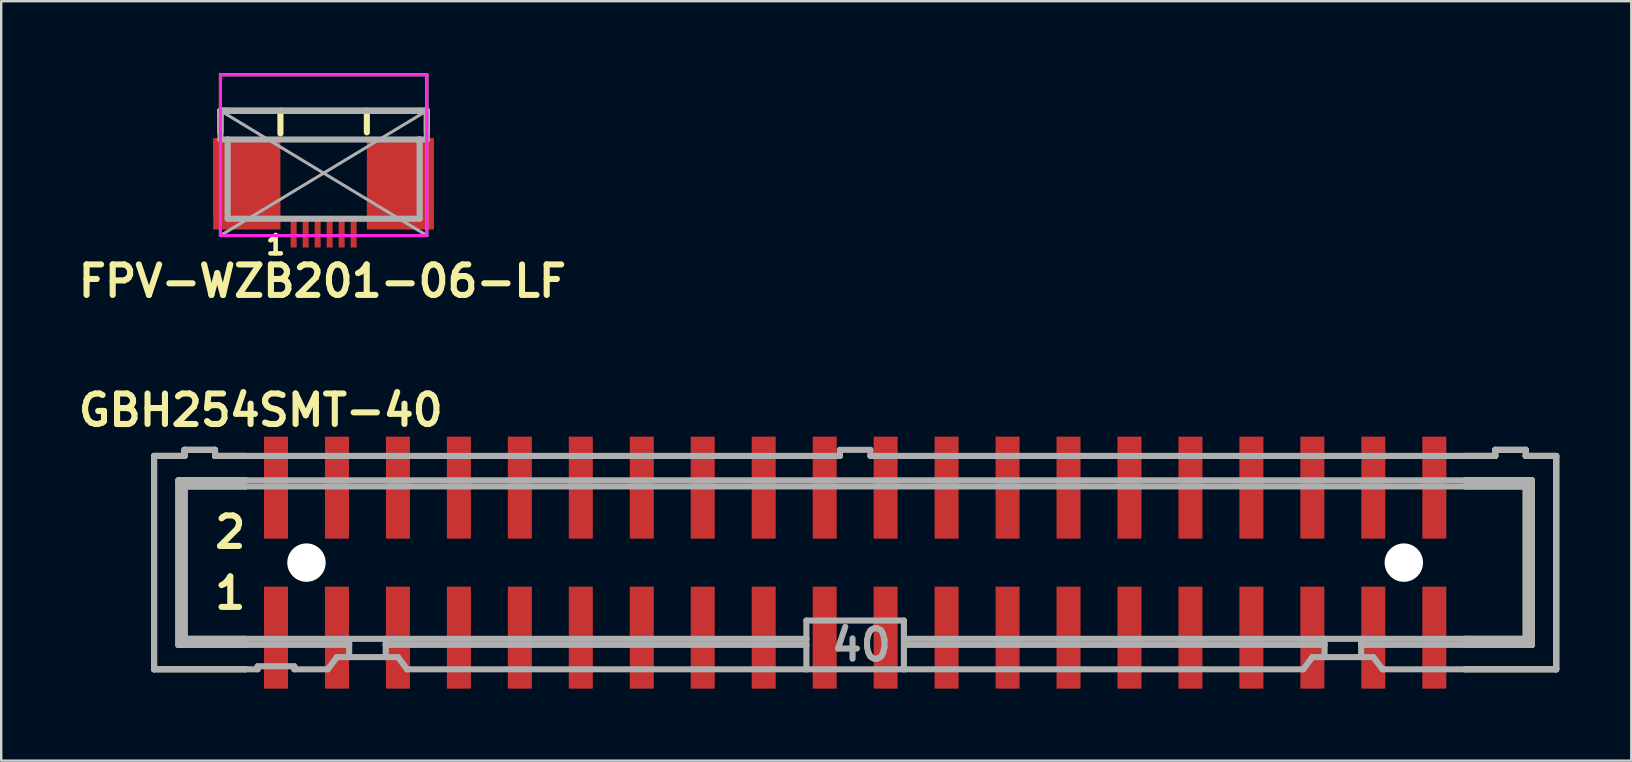
<source format=kicad_pcb>
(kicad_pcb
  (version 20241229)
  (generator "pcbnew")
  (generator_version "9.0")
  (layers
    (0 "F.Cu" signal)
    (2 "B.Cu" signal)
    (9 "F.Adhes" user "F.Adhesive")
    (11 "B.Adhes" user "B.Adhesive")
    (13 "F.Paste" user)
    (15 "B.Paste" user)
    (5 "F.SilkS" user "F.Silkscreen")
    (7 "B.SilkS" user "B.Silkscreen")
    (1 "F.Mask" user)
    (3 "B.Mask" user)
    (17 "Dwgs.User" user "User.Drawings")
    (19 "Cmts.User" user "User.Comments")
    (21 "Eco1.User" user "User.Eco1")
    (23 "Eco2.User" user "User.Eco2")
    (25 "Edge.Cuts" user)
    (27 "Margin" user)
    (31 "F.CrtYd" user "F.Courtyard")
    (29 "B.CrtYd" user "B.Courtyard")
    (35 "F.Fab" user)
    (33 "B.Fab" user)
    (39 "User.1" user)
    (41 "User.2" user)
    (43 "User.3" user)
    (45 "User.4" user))
  (footprint "GBH254SMT-40"
    (layer "F.Cu")
    (at 32.579 20.391)
    (property "Reference" "GBH254SMT-40" (at -24.765 -6.35 0) (layer "F.SilkS") (effects (font (size 1.27 1.27) (thickness 0.254))))
    (attr smd)
    (fp_line (start -29.21 -4.445) (end -29.21 4.445) (stroke (width 0.254) (type solid)) (layer "F.SilkS"))
    (fp_line (start -29.21 -4.445) (end -27.94 -4.445) (stroke (width 0.254) (type solid)) (layer "F.SilkS"))
    (fp_line (start -29.21 4.445) (end -25.4 4.445) (stroke (width 0.254) (type solid)) (layer "F.SilkS"))
    (fp_line (start -28.194 -3.429) (end -28.194 3.429) (stroke (width 0.254) (type solid)) (layer "F.SilkS"))
    (fp_line (start -28.194 3.429) (end -25.4 3.429) (stroke (width 0.254) (type solid)) (layer "F.SilkS"))
    (fp_line (start -28.1 -3.3) (end -27.7 -3.3) (stroke (width 0.254) (type solid)) (layer "F.SilkS"))
    (fp_line (start -28.1 3.3) (end -27.7 3.3) (stroke (width 0.254) (type solid)) (layer "F.SilkS"))
    (fp_line (start -27.94 -4.699) (end -27.94 -4.445) (stroke (width 0.254) (type solid)) (layer "F.SilkS"))
    (fp_line (start -27.94 -3.175) (end -27.94 3.175) (stroke (width 0.254) (type solid)) (layer "F.SilkS"))
    (fp_line (start -27.94 -3.175) (end -25.4 -3.175) (stroke (width 0.254) (type solid)) (layer "F.SilkS"))
    (fp_line (start -26.67 -4.699) (end -27.94 -4.699) (stroke (width 0.254) (type solid)) (layer "F.SilkS"))
    (fp_line (start -26.67 -4.699) (end -26.67 -4.445) (stroke (width 0.254) (type solid)) (layer "F.SilkS"))
    (fp_line (start -26.67 -4.445) (end -25.4 -4.445) (stroke (width 0.254) (type solid)) (layer "F.SilkS"))
    (fp_line (start -25.4 -3.429) (end -28.194 -3.429) (stroke (width 0.254) (type solid)) (layer "F.SilkS"))
    (fp_line (start -25.4 3.175) (end -27.94 3.175) (stroke (width 0.254) (type solid)) (layer "F.SilkS"))
    (fp_line (start 25.4 -4.445) (end 26.67 -4.445) (stroke (width 0.254) (type solid)) (layer "F.SilkS"))
    (fp_line (start 25.4 -3.175) (end 27.94 -3.175) (stroke (width 0.254) (type solid)) (layer "F.SilkS"))
    (fp_line (start 25.4 3.429) (end 28.194 3.429) (stroke (width 0.254) (type solid)) (layer "F.SilkS"))
    (fp_line (start 26.67 -4.445) (end 26.67 -4.699) (stroke (width 0.254) (type solid)) (layer "F.SilkS"))
    (fp_line (start 27.7 -3.3) (end 28.1 -3.3) (stroke (width 0.254) (type solid)) (layer "F.SilkS"))
    (fp_line (start 27.7 3.3) (end 28.1 3.3) (stroke (width 0.254) (type solid)) (layer "F.SilkS"))
    (fp_line (start 27.94 -4.699) (end 26.67 -4.699) (stroke (width 0.254) (type solid)) (layer "F.SilkS"))
    (fp_line (start 27.94 -4.445) (end 27.94 -4.699) (stroke (width 0.254) (type solid)) (layer "F.SilkS"))
    (fp_line (start 27.94 -4.445) (end 29.21 -4.445) (stroke (width 0.254) (type solid)) (layer "F.SilkS"))
    (fp_line (start 27.94 3.175) (end 25.4 3.175) (stroke (width 0.254) (type solid)) (layer "F.SilkS"))
    (fp_line (start 27.94 3.175) (end 27.94 -3.175) (stroke (width 0.254) (type solid)) (layer "F.SilkS"))
    (fp_line (start 28.194 -3.429) (end 25.4 -3.429) (stroke (width 0.254) (type solid)) (layer "F.SilkS"))
    (fp_line (start 28.194 3.429) (end 28.194 -3.429) (stroke (width 0.254) (type solid)) (layer "F.SilkS"))
    (fp_line (start 29.21 4.445) (end 25.4 4.445) (stroke (width 0.254) (type solid)) (layer "F.SilkS"))
    (fp_line (start 29.21 4.445) (end 29.21 -4.445) (stroke (width 0.254) (type solid)) (layer "F.SilkS"))
    (fp_line (start -29.21 -4.445) (end -29.21 4.445) (stroke (width 0.254) (type solid)) (layer "F.Fab"))
    (fp_line (start -29.21 -4.445) (end -27.94 -4.445) (stroke (width 0.254) (type solid)) (layer "F.Fab"))
    (fp_line (start -29.21 4.445) (end -25.4 4.445) (stroke (width 0.254) (type solid)) (layer "F.Fab"))
    (fp_line (start -28.194 -3.429) (end -28.194 3.429) (stroke (width 0.254) (type solid)) (layer "F.Fab"))
    (fp_line (start -28.194 3.429) (end -25.4 3.429) (stroke (width 0.254) (type solid)) (layer "F.Fab"))
    (fp_line (start -28.1 -3.3) (end -27.7 -3.3) (stroke (width 0.254) (type solid)) (layer "F.Fab"))
    (fp_line (start -28.1 3.3) (end -27.7 3.3) (stroke (width 0.254) (type solid)) (layer "F.Fab"))
    (fp_line (start -27.94 -4.699) (end -27.94 -4.445) (stroke (width 0.254) (type solid)) (layer "F.Fab"))
    (fp_line (start -27.94 -3.175) (end -27.94 3.175) (stroke (width 0.254) (type solid)) (layer "F.Fab"))
    (fp_line (start -27.94 -3.175) (end -25.4 -3.175) (stroke (width 0.254) (type solid)) (layer "F.Fab"))
    (fp_line (start -26.67 -4.699) (end -27.94 -4.699) (stroke (width 0.254) (type solid)) (layer "F.Fab"))
    (fp_line (start -26.67 -4.699) (end -26.67 -4.445) (stroke (width 0.254) (type solid)) (layer "F.Fab"))
    (fp_line (start -26.67 -4.445) (end -25.4 -4.445) (stroke (width 0.254) (type solid)) (layer "F.Fab"))
    (fp_line (start -25.4 -4.445) (end -0.635 -4.445) (stroke (width 0.254) (type solid)) (layer "F.Fab"))
    (fp_line (start -25.4 -3.429) (end -28.194 -3.429) (stroke (width 0.254) (type solid)) (layer "F.Fab"))
    (fp_line (start -25.4 -3.175) (end 25.4 -3.175) (stroke (width 0.254) (type solid)) (layer "F.Fab"))
    (fp_line (start -25.4 3.175) (end -27.94 3.175) (stroke (width 0.254) (type solid)) (layer "F.Fab"))
    (fp_line (start -25.4 3.429) (end -21.082 3.429) (stroke (width 0.254) (type solid)) (layer "F.Fab"))
    (fp_line (start -25.4 4.445) (end -24.892 4.445) (stroke (width 0.254) (type solid)) (layer "F.Fab"))
    (fp_line (start -24.892 4.318) (end -24.892 4.445) (stroke (width 0.254) (type solid)) (layer "F.Fab"))
    (fp_line (start -24.892 4.318) (end -23.368 4.318) (stroke (width 0.254) (type solid)) (layer "F.Fab"))
    (fp_line (start -23.368 4.445) (end -23.368 4.318) (stroke (width 0.254) (type solid)) (layer "F.Fab"))
    (fp_line (start -23.368 4.445) (end -21.971 4.445) (stroke (width 0.254) (type solid)) (layer "F.Fab"))
    (fp_line (start -21.971 4.445) (end -21.59 3.937) (stroke (width 0.254) (type solid)) (layer "F.Fab"))
    (fp_line (start -21.082 3.175) (end -21.082 3.429) (stroke (width 0.254) (type solid)) (layer "F.Fab"))
    (fp_line (start -21.082 3.429) (end -21.082 3.937) (stroke (width 0.254) (type solid)) (layer "F.Fab"))
    (fp_line (start -21.082 3.937) (end -21.59 3.937) (stroke (width 0.254) (type solid)) (layer "F.Fab"))
    (fp_line (start -19.558 3.175) (end -25.4 3.175) (stroke (width 0.254) (type solid)) (layer "F.Fab"))
    (fp_line (start -19.558 3.175) (end -19.558 3.429) (stroke (width 0.254) (type solid)) (layer "F.Fab"))
    (fp_line (start -19.558 3.429) (end -19.558 3.937) (stroke (width 0.254) (type solid)) (layer "F.Fab"))
    (fp_line (start -19.558 3.429) (end -2.032 3.429) (stroke (width 0.254) (type solid)) (layer "F.Fab"))
    (fp_line (start -19.558 3.937) (end -21.082 3.937) (stroke (width 0.254) (type solid)) (layer "F.Fab"))
    (fp_line (start -19.05 3.937) (end -19.558 3.937) (stroke (width 0.254) (type solid)) (layer "F.Fab"))
    (fp_line (start -19.05 3.937) (end -18.669 4.445) (stroke (width 0.254) (type solid)) (layer "F.Fab"))
    (fp_line (start -18.669 4.445) (end -2.032 4.445) (stroke (width 0.254) (type solid)) (layer "F.Fab"))
    (fp_line (start -2.032 3.175) (end -19.558 3.175) (stroke (width 0.254) (type solid)) (layer "F.Fab"))
    (fp_line (start -2.032 3.175) (end -2.032 2.413) (stroke (width 0.254) (type solid)) (layer "F.Fab"))
    (fp_line (start -2.032 3.175) (end -2.032 3.429) (stroke (width 0.254) (type solid)) (layer "F.Fab"))
    (fp_line (start -2.032 3.429) (end -2.032 4.445) (stroke (width 0.254) (type solid)) (layer "F.Fab"))
    (fp_line (start -0.635 -4.699) (end -0.635 -4.445) (stroke (width 0.254) (type solid)) (layer "F.Fab"))
    (fp_line (start 0.635 -4.699) (end -0.635 -4.699) (stroke (width 0.254) (type solid)) (layer "F.Fab"))
    (fp_line (start 0.635 -4.699) (end 0.635 -4.445) (stroke (width 0.254) (type solid)) (layer "F.Fab"))
    (fp_line (start 0.635 -4.445) (end 25.4 -4.445) (stroke (width 0.254) (type solid)) (layer "F.Fab"))
    (fp_line (start 2.032 2.413) (end -2.032 2.413) (stroke (width 0.254) (type solid)) (layer "F.Fab"))
    (fp_line (start 2.032 2.413) (end 2.032 3.175) (stroke (width 0.254) (type solid)) (layer "F.Fab"))
    (fp_line (start 2.032 3.175) (end 2.032 3.429) (stroke (width 0.254) (type solid)) (layer "F.Fab"))
    (fp_line (start 2.032 3.429) (end 2.032 4.445) (stroke (width 0.254) (type solid)) (layer "F.Fab"))
    (fp_line (start 2.032 4.445) (end -2.032 4.445) (stroke (width 0.254) (type solid)) (layer "F.Fab"))
    (fp_line (start 18.669 4.445) (end 2.032 4.445) (stroke (width 0.254) (type solid)) (layer "F.Fab"))
    (fp_line (start 18.669 4.445) (end 19.05 3.937) (stroke (width 0.254) (type solid)) (layer "F.Fab"))
    (fp_line (start 19.558 3.175) (end 2.032 3.175) (stroke (width 0.254) (type solid)) (layer "F.Fab"))
    (fp_line (start 19.558 3.175) (end 19.558 3.429) (stroke (width 0.254) (type solid)) (layer "F.Fab"))
    (fp_line (start 19.558 3.429) (end 2.032 3.429) (stroke (width 0.254) (type solid)) (layer "F.Fab"))
    (fp_line (start 19.558 3.429) (end 19.558 3.937) (stroke (width 0.254) (type solid)) (layer "F.Fab"))
    (fp_line (start 19.558 3.937) (end 19.05 3.937) (stroke (width 0.254) (type solid)) (layer "F.Fab"))
    (fp_line (start 21.082 3.175) (end 21.082 3.429) (stroke (width 0.254) (type solid)) (layer "F.Fab"))
    (fp_line (start 21.082 3.429) (end 21.082 3.937) (stroke (width 0.254) (type solid)) (layer "F.Fab"))
    (fp_line (start 21.082 3.429) (end 25.4 3.429) (stroke (width 0.254) (type solid)) (layer "F.Fab"))
    (fp_line (start 21.082 3.937) (end 19.558 3.937) (stroke (width 0.254) (type solid)) (layer "F.Fab"))
    (fp_line (start 21.59 3.937) (end 21.082 3.937) (stroke (width 0.254) (type solid)) (layer "F.Fab"))
    (fp_line (start 21.59 3.937) (end 21.971 4.445) (stroke (width 0.254) (type solid)) (layer "F.Fab"))
    (fp_line (start 25.4 -4.445) (end 26.67 -4.445) (stroke (width 0.254) (type solid)) (layer "F.Fab"))
    (fp_line (start 25.4 -3.429) (end -25.4 -3.429) (stroke (width 0.254) (type solid)) (layer "F.Fab"))
    (fp_line (start 25.4 -3.175) (end 27.94 -3.175) (stroke (width 0.254) (type solid)) (layer "F.Fab"))
    (fp_line (start 25.4 3.175) (end 19.558 3.175) (stroke (width 0.254) (type solid)) (layer "F.Fab"))
    (fp_line (start 25.4 3.429) (end 28.194 3.429) (stroke (width 0.254) (type solid)) (layer "F.Fab"))
    (fp_line (start 25.4 4.445) (end 21.971 4.445) (stroke (width 0.254) (type solid)) (layer "F.Fab"))
    (fp_line (start 26.67 -4.445) (end 26.67 -4.699) (stroke (width 0.254) (type solid)) (layer "F.Fab"))
    (fp_line (start 27.7 -3.3) (end 28.1 -3.3) (stroke (width 0.254) (type solid)) (layer "F.Fab"))
    (fp_line (start 27.7 3.3) (end 28.1 3.3) (stroke (width 0.254) (type solid)) (layer "F.Fab"))
    (fp_line (start 27.94 -4.699) (end 26.67 -4.699) (stroke (width 0.254) (type solid)) (layer "F.Fab"))
    (fp_line (start 27.94 -4.445) (end 27.94 -4.699) (stroke (width 0.254) (type solid)) (layer "F.Fab"))
    (fp_line (start 27.94 -4.445) (end 29.21 -4.445) (stroke (width 0.254) (type solid)) (layer "F.Fab"))
    (fp_line (start 27.94 3.175) (end 25.4 3.175) (stroke (width 0.254) (type solid)) (layer "F.Fab"))
    (fp_line (start 27.94 3.175) (end 27.94 -3.175) (stroke (width 0.254) (type solid)) (layer "F.Fab"))
    (fp_line (start 28.194 -3.429) (end 25.4 -3.429) (stroke (width 0.254) (type solid)) (layer "F.Fab"))
    (fp_line (start 28.194 3.429) (end 28.194 -3.429) (stroke (width 0.254) (type solid)) (layer "F.Fab"))
    (fp_line (start 29.21 4.445) (end 25.4 4.445) (stroke (width 0.254) (type solid)) (layer "F.Fab"))
    (fp_line (start 29.21 4.445) (end 29.21 -4.445) (stroke (width 0.254) (type solid)) (layer "F.Fab"))
    (fp_text user "2" (at -26.035 -1.27 0) (layer "F.SilkS") (effects (font (size 1.27 1.27) (thickness 0.254))))
    (fp_text user "1" (at -26.035 1.27 0) (layer "F.SilkS") (effects (font (size 1.27 1.27) (thickness 0.254))))
    (fp_text user "40" (at 0.254 3.429 0) (layer "F.Fab") (effects (font (size 1.27 1.27) (thickness 0.254))))
    (pad "" np_thru_hole circle (at -22.86 0 90) (size 1.6 1.6) (drill 1.6) (layers "*.Cu" "*.Mask"))
    (pad "" np_thru_hole circle (at 22.86 0 90) (size 1.6 1.6) (drill 1.6) (layers "*.Cu" "*.Mask"))
    (pad "1" smd rect (at -24.13 3.125 90) (size 4.25 1) (layers "F.Cu" "F.Mask" "F.Paste"))
    (pad "2" smd rect (at -24.13 -3.125 90) (size 4.25 1) (layers "F.Cu" "F.Mask" "F.Paste"))
    (pad "3" smd rect (at -21.59 3.125 90) (size 4.25 1) (layers "F.Cu" "F.Mask" "F.Paste"))
    (pad "4" smd rect (at -21.59 -3.125 90) (size 4.25 1) (layers "F.Cu" "F.Mask" "F.Paste"))
    (pad "5" smd rect (at -19.05 3.125 90) (size 4.25 1) (layers "F.Cu" "F.Mask" "F.Paste"))
    (pad "6" smd rect (at -19.05 -3.125 90) (size 4.25 1) (layers "F.Cu" "F.Mask" "F.Paste"))
    (pad "7" smd rect (at -16.51 3.125 90) (size 4.25 1) (layers "F.Cu" "F.Mask" "F.Paste"))
    (pad "8" smd rect (at -16.51 -3.125 90) (size 4.25 1) (layers "F.Cu" "F.Mask" "F.Paste"))
    (pad "9" smd rect (at -13.97 3.125 90) (size 4.25 1) (layers "F.Cu" "F.Mask" "F.Paste"))
    (pad "10" smd rect (at -13.97 -3.125 90) (size 4.25 1) (layers "F.Cu" "F.Mask" "F.Paste"))
    (pad "11" smd rect (at -11.43 3.125 90) (size 4.25 1) (layers "F.Cu" "F.Mask" "F.Paste"))
    (pad "12" smd rect (at -11.43 -3.125 90) (size 4.25 1) (layers "F.Cu" "F.Mask" "F.Paste"))
    (pad "13" smd rect (at -8.89 3.125 90) (size 4.25 1) (layers "F.Cu" "F.Mask" "F.Paste"))
    (pad "14" smd rect (at -8.89 -3.125 90) (size 4.25 1) (layers "F.Cu" "F.Mask" "F.Paste"))
    (pad "15" smd rect (at -6.35 3.125 90) (size 4.25 1) (layers "F.Cu" "F.Mask" "F.Paste"))
    (pad "16" smd rect (at -6.35 -3.125 90) (size 4.25 1) (layers "F.Cu" "F.Mask" "F.Paste"))
    (pad "17" smd rect (at -3.81 3.125 90) (size 4.25 1) (layers "F.Cu" "F.Mask" "F.Paste"))
    (pad "18" smd rect (at -3.81 -3.125 90) (size 4.25 1) (layers "F.Cu" "F.Mask" "F.Paste"))
    (pad "19" smd rect (at -1.27 3.125 90) (size 4.25 1) (layers "F.Cu" "F.Mask" "F.Paste"))
    (pad "20" smd rect (at -1.27 -3.125 90) (size 4.25 1) (layers "F.Cu" "F.Mask" "F.Paste"))
    (pad "21" smd rect (at 1.27 3.125 270) (size 4.25 1) (layers "F.Cu" "F.Mask" "F.Paste"))
    (pad "22" smd rect (at 1.27 -3.125 90) (size 4.25 1) (layers "F.Cu" "F.Mask" "F.Paste"))
    (pad "23" smd rect (at 3.81 3.125 270) (size 4.25 1) (layers "F.Cu" "F.Mask" "F.Paste"))
    (pad "24" smd rect (at 3.81 -3.125 90) (size 4.25 1) (layers "F.Cu" "F.Mask" "F.Paste"))
    (pad "25" smd rect (at 6.35 3.125 270) (size 4.25 1) (layers "F.Cu" "F.Mask" "F.Paste"))
    (pad "26" smd rect (at 6.35 -3.125 90) (size 4.25 1) (layers "F.Cu" "F.Mask" "F.Paste"))
    (pad "27" smd rect (at 8.89 3.125 270) (size 4.25 1) (layers "F.Cu" "F.Mask" "F.Paste"))
    (pad "28" smd rect (at 8.89 -3.125 90) (size 4.25 1) (layers "F.Cu" "F.Mask" "F.Paste"))
    (pad "29" smd rect (at 11.43 3.125 270) (size 4.25 1) (layers "F.Cu" "F.Mask" "F.Paste"))
    (pad "30" smd rect (at 11.43 -3.125 90) (size 4.25 1) (layers "F.Cu" "F.Mask" "F.Paste"))
    (pad "31" smd rect (at 13.97 3.125 270) (size 4.25 1) (layers "F.Cu" "F.Mask" "F.Paste"))
    (pad "32" smd rect (at 13.97 -3.125 90) (size 4.25 1) (layers "F.Cu" "F.Mask" "F.Paste"))
    (pad "33" smd rect (at 16.51 3.125 270) (size 4.25 1) (layers "F.Cu" "F.Mask" "F.Paste"))
    (pad "34" smd rect (at 16.51 -3.125 90) (size 4.25 1) (layers "F.Cu" "F.Mask" "F.Paste"))
    (pad "35" smd rect (at 19.05 3.125 270) (size 4.25 1) (layers "F.Cu" "F.Mask" "F.Paste"))
    (pad "36" smd rect (at 19.05 -3.125 90) (size 4.25 1) (layers "F.Cu" "F.Mask" "F.Paste"))
    (pad "37" smd rect (at 21.59 3.125 270) (size 4.25 1) (layers "F.Cu" "F.Mask" "F.Paste"))
    (pad "38" smd rect (at 21.59 -3.125 90) (size 4.25 1) (layers "F.Cu" "F.Mask" "F.Paste"))
    (pad "39" smd rect (at 24.13 3.125 270) (size 4.25 1) (layers "F.Cu" "F.Mask" "F.Paste"))
    (pad "40" smd rect (at 24.13 -3.125 90) (size 4.25 1) (layers "F.Cu" "F.Mask" "F.Paste")))
  (footprint "FPV-WZB201-06-LF"
    (layer "F.Cu")
    (at 10.434 4.163)
    (property "Reference" "FPV-WZB201-06-LF" (at -0.05 4.5 0) (layer "F.SilkS") (effects (font (size 1.27 1.27) (thickness 0.254))))
    (attr through_hole)
    (fp_line (start -4.3 -4.1) (end -4.3 -2.6) (stroke (width 0.127) (type solid)) (layer "F.SilkS"))
    (fp_line (start -4.3 -2.6) (end -4.3 -1.7) (stroke (width 0.254) (type solid)) (layer "F.SilkS"))
    (fp_line (start -1.8 -2.6) (end -1.8 -1.65) (stroke (width 0.254) (type solid)) (layer "F.SilkS"))
    (fp_line (start 1.8 -2.6) (end 1.8 -1.7) (stroke (width 0.254) (type solid)) (layer "F.SilkS"))
    (fp_line (start 4.3 -4.1) (end -4.3 -4.1) (stroke (width 0.127) (type solid)) (layer "F.SilkS"))
    (fp_line (start 4.3 -2.6) (end -4.3 -2.6) (stroke (width 0.254) (type solid)) (layer "F.SilkS"))
    (fp_line (start 4.3 -2.6) (end 4.3 -4.1) (stroke (width 0.127) (type solid)) (layer "F.SilkS"))
    (fp_line (start 4.3 -2.6) (end 4.3 -1.7) (stroke (width 0.254) (type solid)) (layer "F.SilkS"))
    (fp_line (start -4.3 -4.1) (end -4.3 2.6) (stroke (width 0.127) (type solid)) (layer "F.CrtYd"))
    (fp_line (start -4.3 -4.1) (end 4.3 -4.1) (stroke (width 0.127) (type solid)) (layer "F.CrtYd"))
    (fp_line (start -4.3 2.6) (end 4.3 2.6) (stroke (width 0.127) (type solid)) (layer "F.CrtYd"))
    (fp_line (start 4.3 -4.1) (end 4.3 2.6) (stroke (width 0.127) (type solid)) (layer "F.CrtYd"))
    (fp_line (start -4.3 -2.6) (end -4.3 -1.4) (stroke (width 0.254) (type solid)) (layer "F.Fab"))
    (fp_line (start -4.3 -1.4) (end -4.3 2.6) (stroke (width 0.127) (type solid)) (layer "F.Fab"))
    (fp_line (start -4.3 -1.4) (end -4 -1.4) (stroke (width 0.254) (type solid)) (layer "F.Fab"))
    (fp_line (start -4.3 2.6) (end 4.3 -2.6) (stroke (width 0.127) (type solid)) (layer "F.Fab"))
    (fp_line (start -4.3 2.6) (end 4.3 2.6) (stroke (width 0.127) (type solid)) (layer "F.Fab"))
    (fp_line (start -4 -2.6) (end -4.3 -2.6) (stroke (width 0.254) (type solid)) (layer "F.Fab"))
    (fp_line (start -4 -1.4) (end -4 1.9) (stroke (width 0.254) (type solid)) (layer "F.Fab"))
    (fp_line (start -4 1.9) (end 4 1.9) (stroke (width 0.254) (type solid)) (layer "F.Fab"))
    (fp_line (start 4 -2.6) (end -4.3 -2.6) (stroke (width 0.254) (type solid)) (layer "F.Fab"))
    (fp_line (start 4 -2.6) (end 4.3 -2.6) (stroke (width 0.254) (type solid)) (layer "F.Fab"))
    (fp_line (start 4 -1.4) (end -4 -1.4) (stroke (width 0.254) (type solid)) (layer "F.Fab"))
    (fp_line (start 4 1.9) (end 4 -1.4) (stroke (width 0.254) (type solid)) (layer "F.Fab"))
    (fp_line (start 4.3 -2.6) (end 4.3 -1.4) (stroke (width 0.254) (type solid)) (layer "F.Fab"))
    (fp_line (start 4.3 -1.4) (end 3.95 -1.4) (stroke (width 0.254) (type solid)) (layer "F.Fab"))
    (fp_line (start 4.3 -1.4) (end 4.3 2.6) (stroke (width 0.127) (type solid)) (layer "F.Fab"))
    (fp_line (start 4.3 2.6) (end -4.3 -2.6) (stroke (width 0.127) (type solid)) (layer "F.Fab"))
    (fp_text user "1" (at -2 3 0) (layer "F.SilkS") (effects (font (size 0.762 0.762) (thickness 0.191))))
    (pad "0" smd rect (at -3.4 0.15 180) (size 2.4 3.2) (layers "F.Cu" "F.Mask" "F.Paste"))
    (pad "0" smd rect (at -3.2 0.45 180) (size 2.8 3.8) (layers "F.Cu"))
    (pad "0" smd rect (at 3.2 0.45 180) (size 2.8 3.8) (layers "F.Cu"))
    (pad "0" smd rect (at 3.4 0.15 180) (size 2.4 3.2) (layers "F.Cu" "F.Mask" "F.Paste"))
    (pad "1" smd rect (at -1.25 2.45 180) (size 0.25 1.3) (layers "F.Cu" "F.Mask" "F.Paste"))
    (pad "2" smd rect (at -0.75 2.45 180) (size 0.25 1.3) (layers "F.Cu" "F.Mask" "F.Paste"))
    (pad "3" smd rect (at -0.25 2.45 180) (size 0.25 1.3) (layers "F.Cu" "F.Mask" "F.Paste"))
    (pad "4" smd rect (at 0.25 2.45 180) (size 0.25 1.3) (layers "F.Cu" "F.Mask" "F.Paste"))
    (pad "5" smd rect (at 0.75 2.45 180) (size 0.25 1.3) (layers "F.Cu" "F.Mask" "F.Paste"))
    (pad "6" smd rect (at 1.25 2.45 180) (size 0.25 1.3) (layers "F.Cu" "F.Mask" "F.Paste")))
  (gr_rect
    (start -3 -3)
    (end 64.916 28.641)
    (stroke (width 0.1) (type default))
    (fill no)
    (layer "Edge.Cuts")))
</source>
